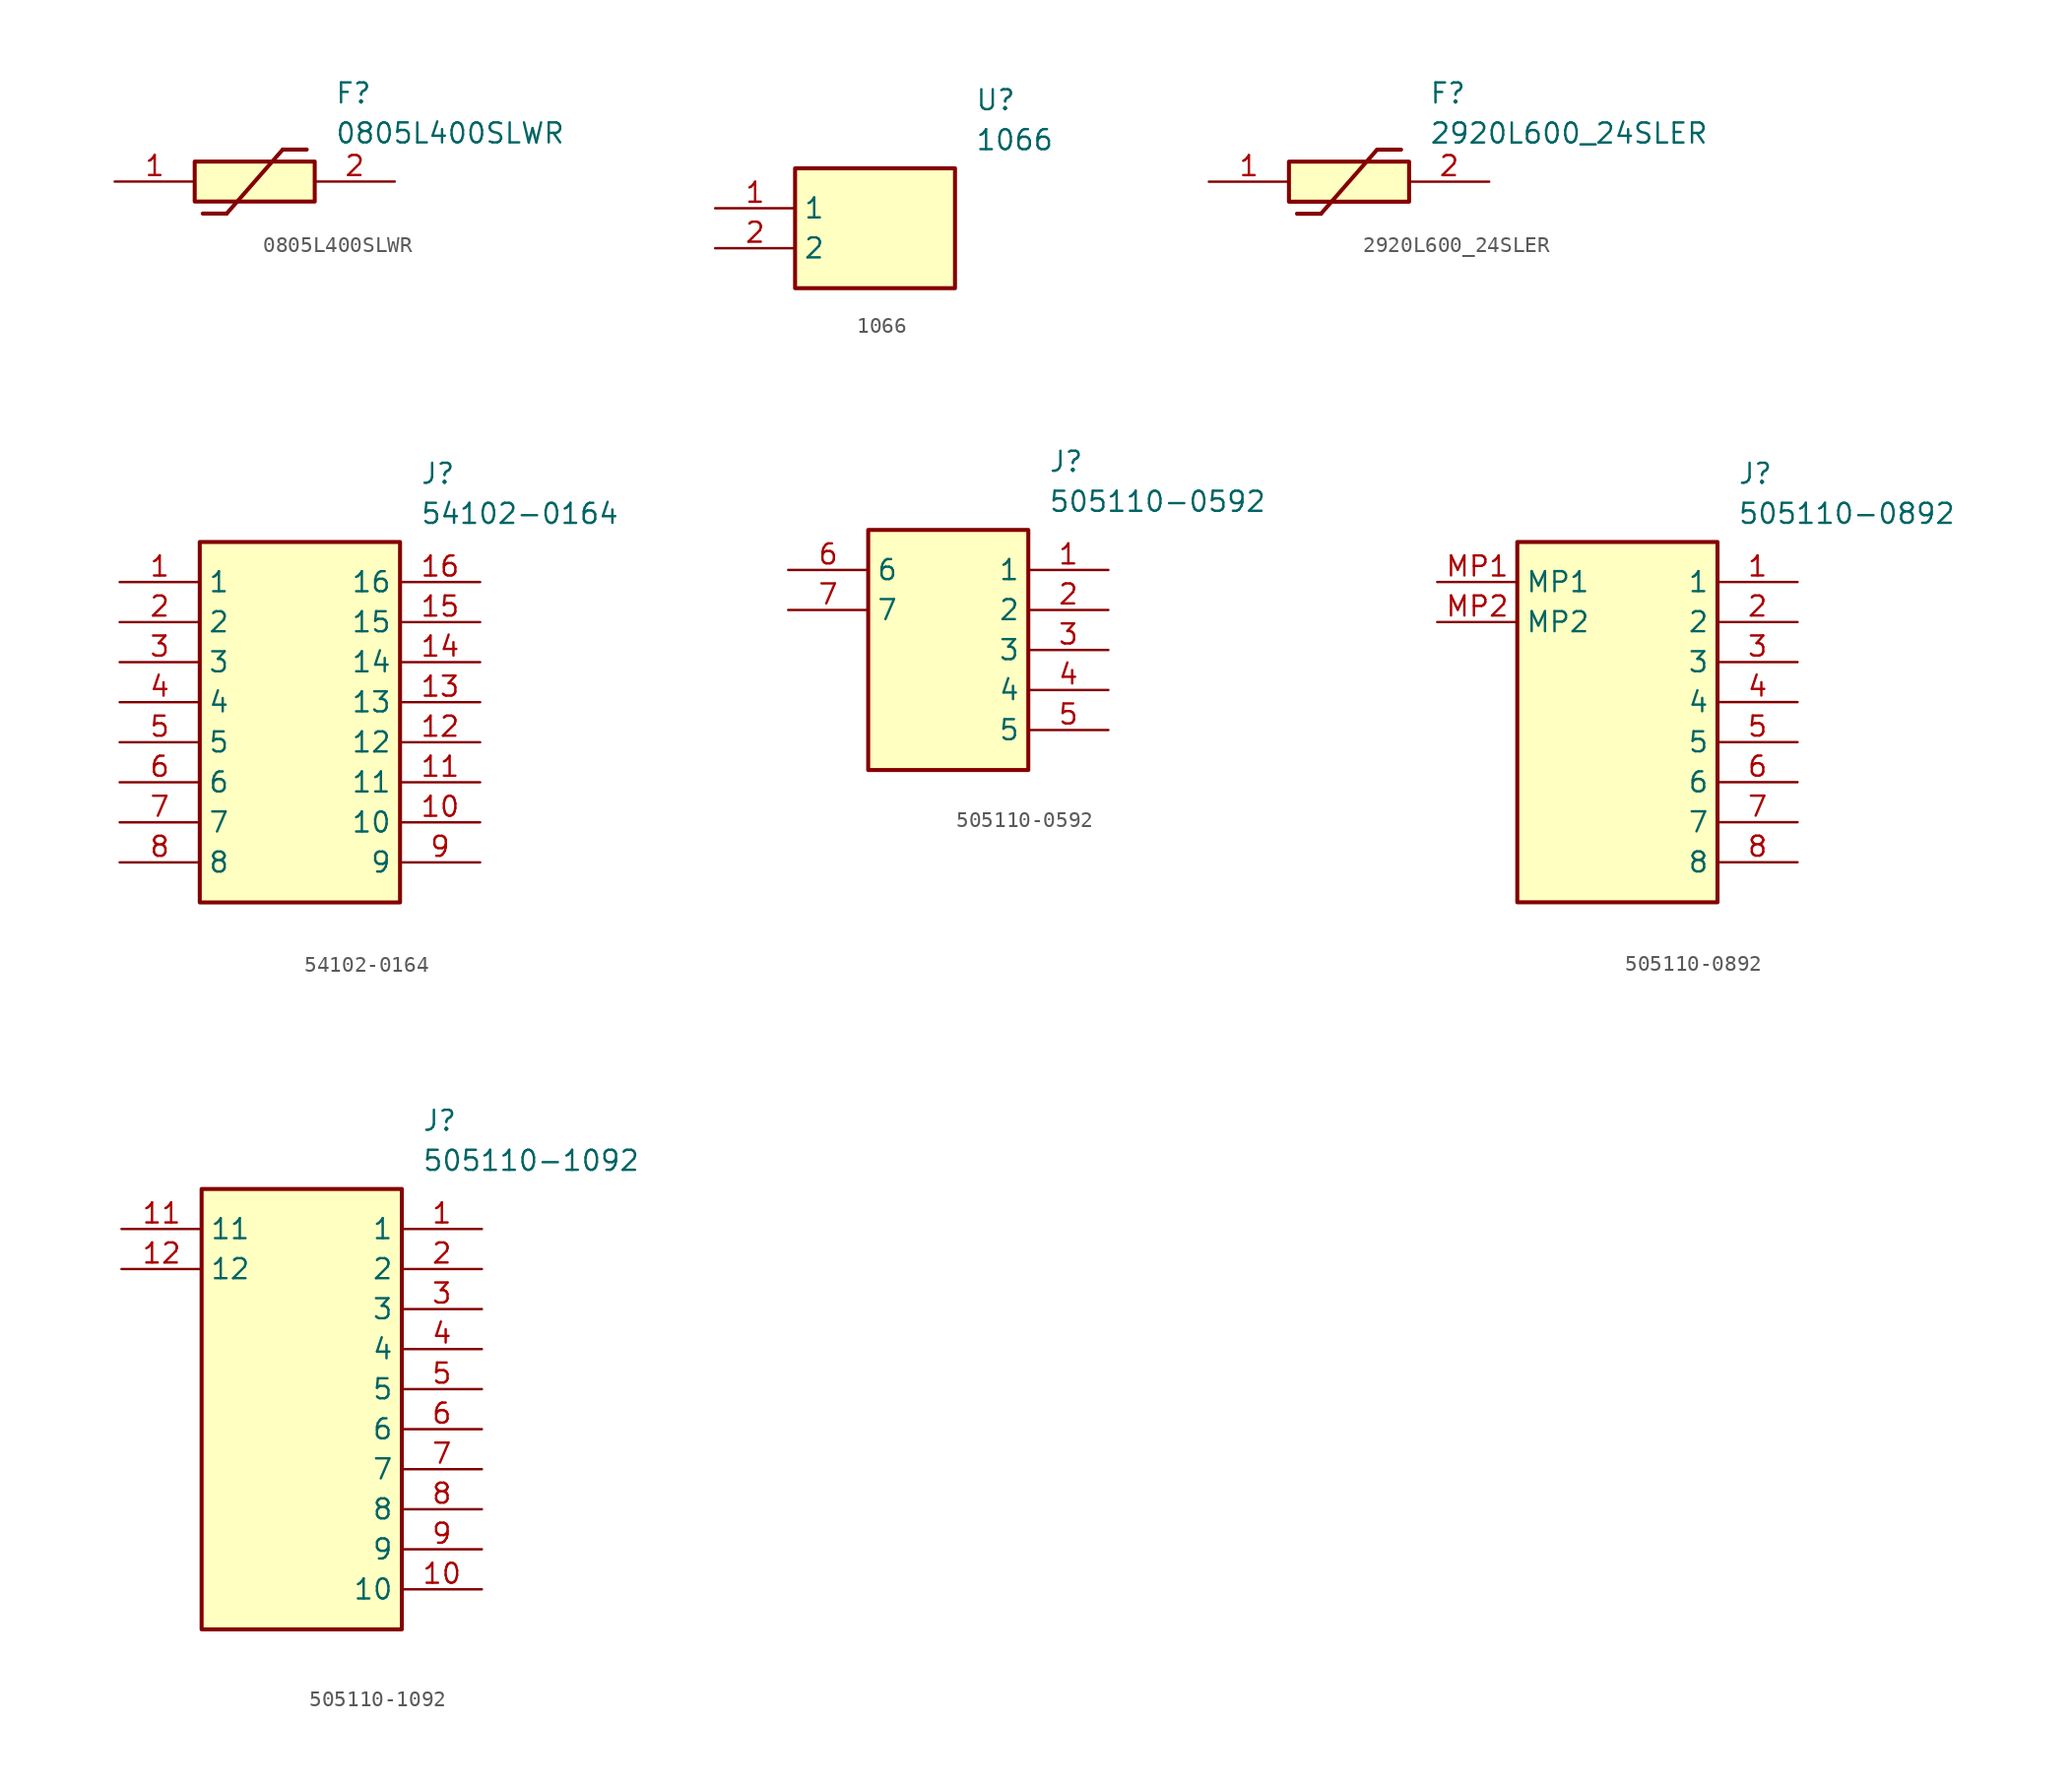
<source format=kicad_sym>
(kicad_symbol_lib
  (version 20220914)
  (generator SamacSys_ECAD_Model)
  (symbol "0805L400SLWR"
    (pin_names hide)
    (property "Reference" "F"
      (at 13.97 6.35 0)
      (effects (font (size 1.27 1.27)) (justify left top)))
    (property "Value" "0805L400SLWR"
      (at 13.97 3.81 0)
      (effects (font (size 1.27 1.27)) (justify left top)))
    (rectangle
      (start 5.08 1.27)
      (end 12.7 -1.27)
      (stroke (width 0.254) (type default))
      (fill (type background)))
    (polyline
      (pts (xy 5.588 -2.032) (xy 7.112 -2.032))
      (stroke (width 0.254) (type default))
      (fill (type none)))
    (polyline
      (pts (xy 10.668 2.032) (xy 7.112 -2.032))
      (stroke (width 0.254) (type default))
      (fill (type none)))
    (polyline
      (pts (xy 10.668 2.032) (xy 12.192 2.032))
      (stroke (width 0.254) (type default))
      (fill (type none)))
    (pin passive line
      (at 0 0 0)
      (length 5.08)
      (name "1" (effects (font (size 1.27 1.27))))
      (number "1" (effects (font (size 1.27 1.27)))))
    (pin passive line
      (at 17.78 0 180)
      (length 5.08)
      (name "2" (effects (font (size 1.27 1.27))))
      (number "2" (effects (font (size 1.27 1.27))))))
  (symbol "1066"
    (property "Reference" "U"
      (at 16.51 7.62 0)
      (effects (font (size 1.27 1.27)) (justify left top)))
    (property "Value" "1066"
      (at 16.51 5.08 0)
      (effects (font (size 1.27 1.27)) (justify left top)))
    (rectangle
      (start 5.08 2.54)
      (end 15.24 -5.08)
      (stroke (width 0.254) (type default))
      (fill (type background)))
    (pin passive line
      (at 0 0 0)
      (length 5.08)
      (name "1" (effects (font (size 1.27 1.27))))
      (number "1" (effects (font (size 1.27 1.27)))))
    (pin passive line
      (at 0 -2.54 0)
      (length 5.08)
      (name "2" (effects (font (size 1.27 1.27))))
      (number "2" (effects (font (size 1.27 1.27))))))
  (symbol "2920L600_24SLER"
    (pin_names hide)
    (property "Reference" "F"
      (at 13.97 6.35 0)
      (effects (font (size 1.27 1.27)) (justify left top)))
    (property "Value" "2920L600_24SLER"
      (at 13.97 3.81 0)
      (effects (font (size 1.27 1.27)) (justify left top)))
    (rectangle
      (start 5.08 1.27)
      (end 12.7 -1.27)
      (stroke (width 0.254) (type default))
      (fill (type background)))
    (polyline
      (pts (xy 5.588 -2.032) (xy 7.112 -2.032))
      (stroke (width 0.254) (type default))
      (fill (type none)))
    (polyline
      (pts (xy 10.668 2.032) (xy 7.112 -2.032))
      (stroke (width 0.254) (type default))
      (fill (type none)))
    (polyline
      (pts (xy 10.668 2.032) (xy 12.192 2.032))
      (stroke (width 0.254) (type default))
      (fill (type none)))
    (pin passive line
      (at 0 0 0)
      (length 5.08)
      (name "1" (effects (font (size 1.27 1.27))))
      (number "1" (effects (font (size 1.27 1.27)))))
    (pin passive line
      (at 17.78 0 180)
      (length 5.08)
      (name "2" (effects (font (size 1.27 1.27))))
      (number "2" (effects (font (size 1.27 1.27))))))
  (symbol "54102-0164"
    (property "Reference" "J"
      (at 19.05 7.62 0)
      (effects (font (size 1.27 1.27)) (justify left top)))
    (property "Value" "54102-0164"
      (at 19.05 5.08 0)
      (effects (font (size 1.27 1.27)) (justify left top)))
    (rectangle
      (start 5.08 2.54)
      (end 17.78 -20.32)
      (stroke (width 0.254) (type default))
      (fill (type background)))
    (pin passive line
      (at 0 0 0)
      (length 5.08)
      (name "1" (effects (font (size 1.27 1.27))))
      (number "1" (effects (font (size 1.27 1.27)))))
    (pin passive line
      (at 0 -2.54 0)
      (length 5.08)
      (name "2" (effects (font (size 1.27 1.27))))
      (number "2" (effects (font (size 1.27 1.27)))))
    (pin passive line
      (at 0 -5.08 0)
      (length 5.08)
      (name "3" (effects (font (size 1.27 1.27))))
      (number "3" (effects (font (size 1.27 1.27)))))
    (pin passive line
      (at 0 -7.62 0)
      (length 5.08)
      (name "4" (effects (font (size 1.27 1.27))))
      (number "4" (effects (font (size 1.27 1.27)))))
    (pin passive line
      (at 0 -10.16 0)
      (length 5.08)
      (name "5" (effects (font (size 1.27 1.27))))
      (number "5" (effects (font (size 1.27 1.27)))))
    (pin passive line
      (at 0 -12.7 0)
      (length 5.08)
      (name "6" (effects (font (size 1.27 1.27))))
      (number "6" (effects (font (size 1.27 1.27)))))
    (pin passive line
      (at 0 -15.24 0)
      (length 5.08)
      (name "7" (effects (font (size 1.27 1.27))))
      (number "7" (effects (font (size 1.27 1.27)))))
    (pin passive line
      (at 0 -17.78 0)
      (length 5.08)
      (name "8" (effects (font (size 1.27 1.27))))
      (number "8" (effects (font (size 1.27 1.27)))))
    (pin passive line
      (at 22.86 -17.78 180)
      (length 5.08)
      (name "9" (effects (font (size 1.27 1.27))))
      (number "9" (effects (font (size 1.27 1.27)))))
    (pin passive line
      (at 22.86 -15.24 180)
      (length 5.08)
      (name "10" (effects (font (size 1.27 1.27))))
      (number "10" (effects (font (size 1.27 1.27)))))
    (pin passive line
      (at 22.86 -12.7 180)
      (length 5.08)
      (name "11" (effects (font (size 1.27 1.27))))
      (number "11" (effects (font (size 1.27 1.27)))))
    (pin passive line
      (at 22.86 -10.16 180)
      (length 5.08)
      (name "12" (effects (font (size 1.27 1.27))))
      (number "12" (effects (font (size 1.27 1.27)))))
    (pin passive line
      (at 22.86 -7.62 180)
      (length 5.08)
      (name "13" (effects (font (size 1.27 1.27))))
      (number "13" (effects (font (size 1.27 1.27)))))
    (pin passive line
      (at 22.86 -5.08 180)
      (length 5.08)
      (name "14" (effects (font (size 1.27 1.27))))
      (number "14" (effects (font (size 1.27 1.27)))))
    (pin passive line
      (at 22.86 -2.54 180)
      (length 5.08)
      (name "15" (effects (font (size 1.27 1.27))))
      (number "15" (effects (font (size 1.27 1.27)))))
    (pin passive line
      (at 22.86 0 180)
      (length 5.08)
      (name "16" (effects (font (size 1.27 1.27))))
      (number "16" (effects (font (size 1.27 1.27))))))
  (symbol "505110-0592"
    (property "Reference" "J"
      (at 16.51 7.62 0)
      (effects (font (size 1.27 1.27)) (justify left top)))
    (property "Value" "505110-0592"
      (at 16.51 5.08 0)
      (effects (font (size 1.27 1.27)) (justify left top)))
    (rectangle
      (start 5.08 2.54)
      (end 15.24 -12.7)
      (stroke (width 0.254) (type default))
      (fill (type background)))
    (pin passive line
      (at 20.32 0 180)
      (length 5.08)
      (name "1" (effects (font (size 1.27 1.27))))
      (number "1" (effects (font (size 1.27 1.27)))))
    (pin passive line
      (at 20.32 -2.54 180)
      (length 5.08)
      (name "2" (effects (font (size 1.27 1.27))))
      (number "2" (effects (font (size 1.27 1.27)))))
    (pin passive line
      (at 20.32 -5.08 180)
      (length 5.08)
      (name "3" (effects (font (size 1.27 1.27))))
      (number "3" (effects (font (size 1.27 1.27)))))
    (pin passive line
      (at 20.32 -7.62 180)
      (length 5.08)
      (name "4" (effects (font (size 1.27 1.27))))
      (number "4" (effects (font (size 1.27 1.27)))))
    (pin passive line
      (at 20.32 -10.16 180)
      (length 5.08)
      (name "5" (effects (font (size 1.27 1.27))))
      (number "5" (effects (font (size 1.27 1.27)))))
    (pin passive line
      (at 0 0 0)
      (length 5.08)
      (name "6" (effects (font (size 1.27 1.27))))
      (number "6" (effects (font (size 1.27 1.27)))))
    (pin passive line
      (at 0 -2.54 0)
      (length 5.08)
      (name "7" (effects (font (size 1.27 1.27))))
      (number "7" (effects (font (size 1.27 1.27))))))
  (symbol "505110-0892"
    (property "Reference" "J"
      (at 19.05 7.62 0)
      (effects (font (size 1.27 1.27)) (justify left top)))
    (property "Value" "505110-0892"
      (at 19.05 5.08 0)
      (effects (font (size 1.27 1.27)) (justify left top)))
    (rectangle
      (start 5.08 2.54)
      (end 17.78 -20.32)
      (stroke (width 0.254) (type default))
      (fill (type background)))
    (pin passive line
      (at 22.86 0 180)
      (length 5.08)
      (name "1" (effects (font (size 1.27 1.27))))
      (number "1" (effects (font (size 1.27 1.27)))))
    (pin passive line
      (at 22.86 -2.54 180)
      (length 5.08)
      (name "2" (effects (font (size 1.27 1.27))))
      (number "2" (effects (font (size 1.27 1.27)))))
    (pin passive line
      (at 22.86 -5.08 180)
      (length 5.08)
      (name "3" (effects (font (size 1.27 1.27))))
      (number "3" (effects (font (size 1.27 1.27)))))
    (pin passive line
      (at 22.86 -7.62 180)
      (length 5.08)
      (name "4" (effects (font (size 1.27 1.27))))
      (number "4" (effects (font (size 1.27 1.27)))))
    (pin passive line
      (at 22.86 -10.16 180)
      (length 5.08)
      (name "5" (effects (font (size 1.27 1.27))))
      (number "5" (effects (font (size 1.27 1.27)))))
    (pin passive line
      (at 22.86 -12.7 180)
      (length 5.08)
      (name "6" (effects (font (size 1.27 1.27))))
      (number "6" (effects (font (size 1.27 1.27)))))
    (pin passive line
      (at 22.86 -15.24 180)
      (length 5.08)
      (name "7" (effects (font (size 1.27 1.27))))
      (number "7" (effects (font (size 1.27 1.27)))))
    (pin passive line
      (at 22.86 -17.78 180)
      (length 5.08)
      (name "8" (effects (font (size 1.27 1.27))))
      (number "8" (effects (font (size 1.27 1.27)))))
    (pin passive line
      (at 0 0 0)
      (length 5.08)
      (name "MP1" (effects (font (size 1.27 1.27))))
      (number "MP1" (effects (font (size 1.27 1.27)))))
    (pin passive line
      (at 0 -2.54 0)
      (length 5.08)
      (name "MP2" (effects (font (size 1.27 1.27))))
      (number "MP2" (effects (font (size 1.27 1.27))))))
  (symbol "505110-1092"
    (property "Reference" "J"
      (at 19.05 7.62 0)
      (effects (font (size 1.27 1.27)) (justify left top)))
    (property "Value" "505110-1092"
      (at 19.05 5.08 0)
      (effects (font (size 1.27 1.27)) (justify left top)))
    (rectangle
      (start 5.08 2.54)
      (end 17.78 -25.4)
      (stroke (width 0.254) (type default))
      (fill (type background)))
    (pin passive line
      (at 22.86 0 180)
      (length 5.08)
      (name "1" (effects (font (size 1.27 1.27))))
      (number "1" (effects (font (size 1.27 1.27)))))
    (pin passive line
      (at 22.86 -2.54 180)
      (length 5.08)
      (name "2" (effects (font (size 1.27 1.27))))
      (number "2" (effects (font (size 1.27 1.27)))))
    (pin passive line
      (at 22.86 -5.08 180)
      (length 5.08)
      (name "3" (effects (font (size 1.27 1.27))))
      (number "3" (effects (font (size 1.27 1.27)))))
    (pin passive line
      (at 22.86 -7.62 180)
      (length 5.08)
      (name "4" (effects (font (size 1.27 1.27))))
      (number "4" (effects (font (size 1.27 1.27)))))
    (pin passive line
      (at 22.86 -10.16 180)
      (length 5.08)
      (name "5" (effects (font (size 1.27 1.27))))
      (number "5" (effects (font (size 1.27 1.27)))))
    (pin passive line
      (at 22.86 -12.7 180)
      (length 5.08)
      (name "6" (effects (font (size 1.27 1.27))))
      (number "6" (effects (font (size 1.27 1.27)))))
    (pin passive line
      (at 22.86 -15.24 180)
      (length 5.08)
      (name "7" (effects (font (size 1.27 1.27))))
      (number "7" (effects (font (size 1.27 1.27)))))
    (pin passive line
      (at 22.86 -17.78 180)
      (length 5.08)
      (name "8" (effects (font (size 1.27 1.27))))
      (number "8" (effects (font (size 1.27 1.27)))))
    (pin passive line
      (at 22.86 -20.32 180)
      (length 5.08)
      (name "9" (effects (font (size 1.27 1.27))))
      (number "9" (effects (font (size 1.27 1.27)))))
    (pin passive line
      (at 22.86 -22.86 180)
      (length 5.08)
      (name "10" (effects (font (size 1.27 1.27))))
      (number "10" (effects (font (size 1.27 1.27)))))
    (pin passive line
      (at 0 0 0)
      (length 5.08)
      (name "11" (effects (font (size 1.27 1.27))))
      (number "11" (effects (font (size 1.27 1.27)))))
    (pin passive line
      (at 0 -2.54 0)
      (length 5.08)
      (name "12" (effects (font (size 1.27 1.27))))
      (number "12" (effects (font (size 1.27 1.27)))))))
</source>
